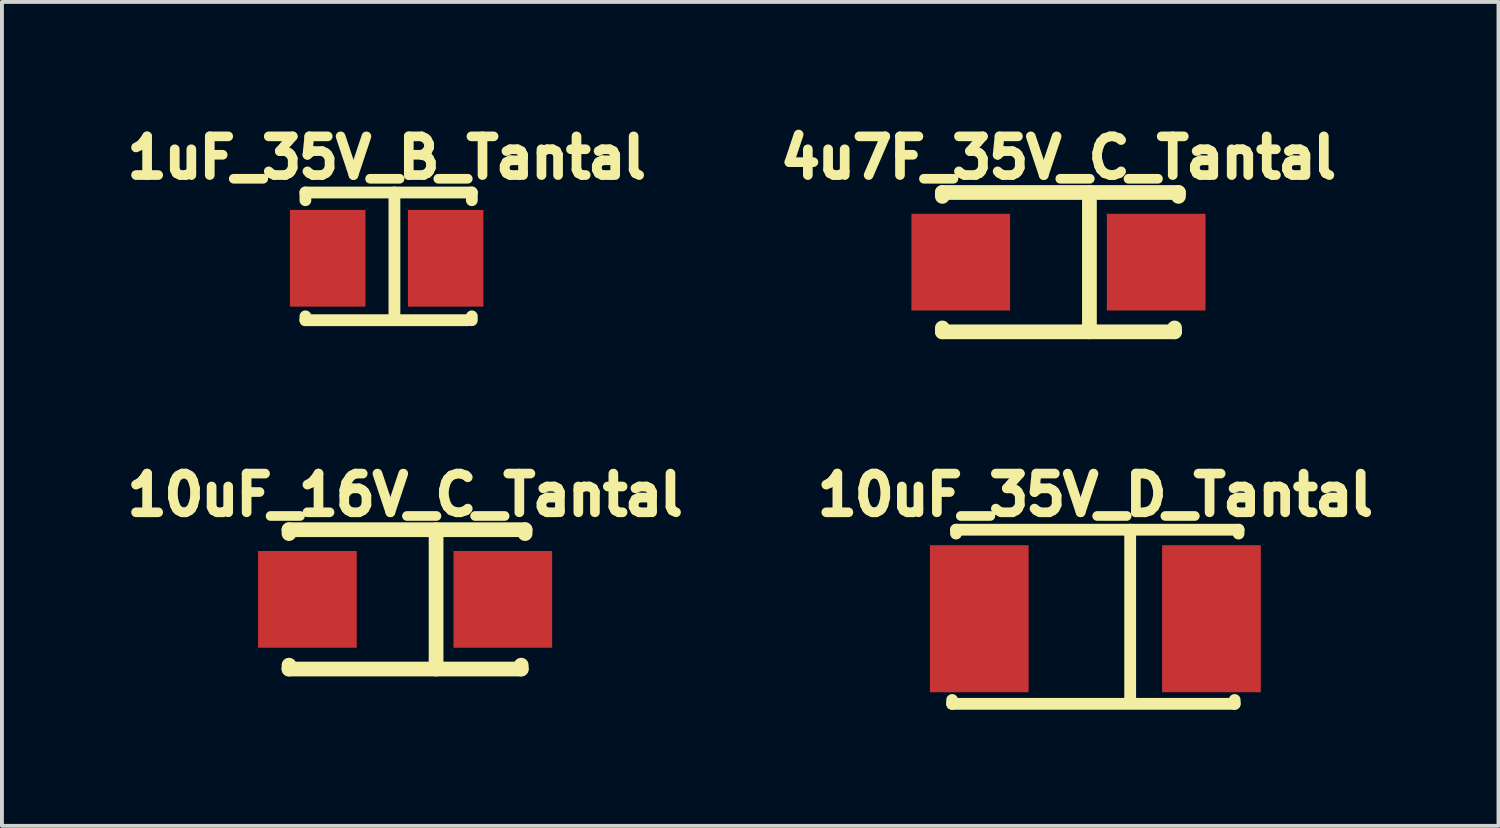
<source format=kicad_pcb>
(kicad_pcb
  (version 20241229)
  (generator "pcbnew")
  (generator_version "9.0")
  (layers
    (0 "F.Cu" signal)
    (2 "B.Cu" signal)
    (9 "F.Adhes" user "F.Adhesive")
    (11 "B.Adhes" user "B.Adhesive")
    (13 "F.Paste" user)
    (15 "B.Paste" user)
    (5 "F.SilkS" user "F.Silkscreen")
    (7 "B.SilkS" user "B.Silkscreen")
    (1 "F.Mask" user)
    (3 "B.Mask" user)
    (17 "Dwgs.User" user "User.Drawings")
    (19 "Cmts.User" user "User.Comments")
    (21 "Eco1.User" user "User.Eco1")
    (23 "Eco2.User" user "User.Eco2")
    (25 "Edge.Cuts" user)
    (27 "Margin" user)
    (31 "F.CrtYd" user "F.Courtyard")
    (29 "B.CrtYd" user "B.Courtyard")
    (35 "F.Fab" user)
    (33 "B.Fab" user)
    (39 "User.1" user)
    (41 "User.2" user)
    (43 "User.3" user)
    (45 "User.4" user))
  (footprint "10uF_35V_D_Tantal"
    (layer "F.Cu")
    (at 25.254 12.938)
    (property "Reference" "10uF_35V_D_Tantal" (at 0 -3.2 0) (layer "F.SilkS") (effects (font (size 1 1) (thickness 0.25))))
    (attr through_hole)
    (fp_line (start -3.7 2.2) (end -3.7 2.1) (stroke (width 0.305) (type solid)) (layer "F.SilkS"))
    (fp_line (start -3.7 2.2) (end 3.6 2.2) (stroke (width 0.305) (type solid)) (layer "F.SilkS"))
    (fp_line (start -3.6 -2.3) (end -3.6 -2.2) (stroke (width 0.305) (type solid)) (layer "F.SilkS"))
    (fp_line (start 0.9 -2.3) (end 0.9 2.1) (stroke (width 0.305) (type solid)) (layer "F.SilkS"))
    (fp_line (start 3.6 2.2) (end 3.6 2.1) (stroke (width 0.305) (type solid)) (layer "F.SilkS"))
    (fp_line (start 3.7 -2.3) (end -3.6 -2.3) (stroke (width 0.305) (type solid)) (layer "F.SilkS"))
    (fp_line (start 3.7 -2.3) (end 3.7 -2.2) (stroke (width 0.305) (type solid)) (layer "F.SilkS"))
    (pad "1" smd rect (at 3 0) (size 2.55 3.8) (layers "F.Cu" "F.Mask" "F.Paste"))
    (pad "2" smd rect (at -3 0) (size 2.55 3.8) (layers "F.Cu" "F.Mask" "F.Paste")))
  (footprint "4u7F_35V_C_Tantal"
    (layer "F.Cu")
    (at 24.301 3.724)
    (property "Reference" "4u7F_35V_C_Tantal" (at 0 -2.7 0) (layer "F.SilkS") (effects (font (size 1 1) (thickness 0.25))))
    (attr through_hole)
    (fp_line (start -3 -1.8) (end -3 -1.7) (stroke (width 0.381) (type solid)) (layer "F.SilkS"))
    (fp_line (start -3 1.8) (end -3 1.7) (stroke (width 0.381) (type solid)) (layer "F.SilkS"))
    (fp_line (start -3 1.8) (end 3 1.8) (stroke (width 0.381) (type solid)) (layer "F.SilkS"))
    (fp_line (start 0.8 -1.8) (end 0.8 1.8) (stroke (width 0.381) (type solid)) (layer "F.SilkS"))
    (fp_line (start 3 1.8) (end 3 1.7) (stroke (width 0.381) (type solid)) (layer "F.SilkS"))
    (fp_line (start 3.1 -1.8) (end -3 -1.8) (stroke (width 0.381) (type solid)) (layer "F.SilkS"))
    (fp_line (start 3.1 -1.8) (end 3.1 -1.7) (stroke (width 0.381) (type solid)) (layer "F.SilkS"))
    (pad "1" smd rect (at 2.525 0) (size 2.55 2.499) (layers "F.Cu" "F.Mask" "F.Paste"))
    (pad "2" smd rect (at -2.525 0) (size 2.55 2.499) (layers "F.Cu" "F.Mask" "F.Paste")))
  (footprint "1uF_35V_B_Tantal"
    (layer "F.Cu")
    (at 6.942 3.624)
    (property "Reference" "1uF_35V_B_Tantal" (at 0 -2.6 0) (layer "F.SilkS") (effects (font (size 1 1) (thickness 0.25))))
    (attr through_hole)
    (fp_line (start -2.1 -1.7) (end -2.1 -1.5) (stroke (width 0.305) (type solid)) (layer "F.SilkS"))
    (fp_line (start -2.1 1.6) (end -2.1 1.5) (stroke (width 0.305) (type solid)) (layer "F.SilkS"))
    (fp_line (start -2.1 1.6) (end 2.1 1.6) (stroke (width 0.305) (type solid)) (layer "F.SilkS"))
    (fp_line (start 0.2 -1.7) (end 0.2 1.5) (stroke (width 0.305) (type solid)) (layer "F.SilkS"))
    (fp_line (start 2.2 -1.7) (end -2.1 -1.7) (stroke (width 0.305) (type solid)) (layer "F.SilkS"))
    (fp_line (start 2.2 -1.7) (end 2.2 -1.5) (stroke (width 0.305) (type solid)) (layer "F.SilkS"))
    (fp_line (start 2.2 1.6) (end 2.2 1.5) (stroke (width 0.305) (type solid)) (layer "F.SilkS"))
    (pad "1" smd rect (at 1.524 0) (size 1.951 2.499) (layers "F.Cu" "F.Mask" "F.Paste"))
    (pad "2" smd rect (at -1.524 0) (size 1.951 2.499) (layers "F.Cu" "F.Mask" "F.Paste")))
  (footprint "10uF_16V_C_Tantal"
    (layer "F.Cu")
    (at 7.418 12.438)
    (property "Reference" "10uF_16V_C_Tantal" (at 0 -2.7 0) (layer "F.SilkS") (effects (font (size 1 1) (thickness 0.25))))
    (attr through_hole)
    (fp_line (start -3 -1.8) (end -3 -1.7) (stroke (width 0.381) (type solid)) (layer "F.SilkS"))
    (fp_line (start -3 1.8) (end -3 1.7) (stroke (width 0.381) (type solid)) (layer "F.SilkS"))
    (fp_line (start -3 1.8) (end 3 1.8) (stroke (width 0.381) (type solid)) (layer "F.SilkS"))
    (fp_line (start 0.8 -1.8) (end 0.8 1.8) (stroke (width 0.381) (type solid)) (layer "F.SilkS"))
    (fp_line (start 3 1.8) (end 3 1.7) (stroke (width 0.381) (type solid)) (layer "F.SilkS"))
    (fp_line (start 3.1 -1.8) (end -3 -1.8) (stroke (width 0.381) (type solid)) (layer "F.SilkS"))
    (fp_line (start 3.1 -1.8) (end 3.1 -1.7) (stroke (width 0.381) (type solid)) (layer "F.SilkS"))
    (pad "1" smd rect (at 2.525 0) (size 2.55 2.499) (layers "F.Cu" "F.Mask" "F.Paste"))
    (pad "2" smd rect (at -2.525 0) (size 2.55 2.499) (layers "F.Cu" "F.Mask" "F.Paste")))
  (gr_rect
    (start -3 -3)
    (end 35.671 18.291)
    (stroke (width 0.1) (type default))
    (fill no)
    (layer "Edge.Cuts")))
</source>
